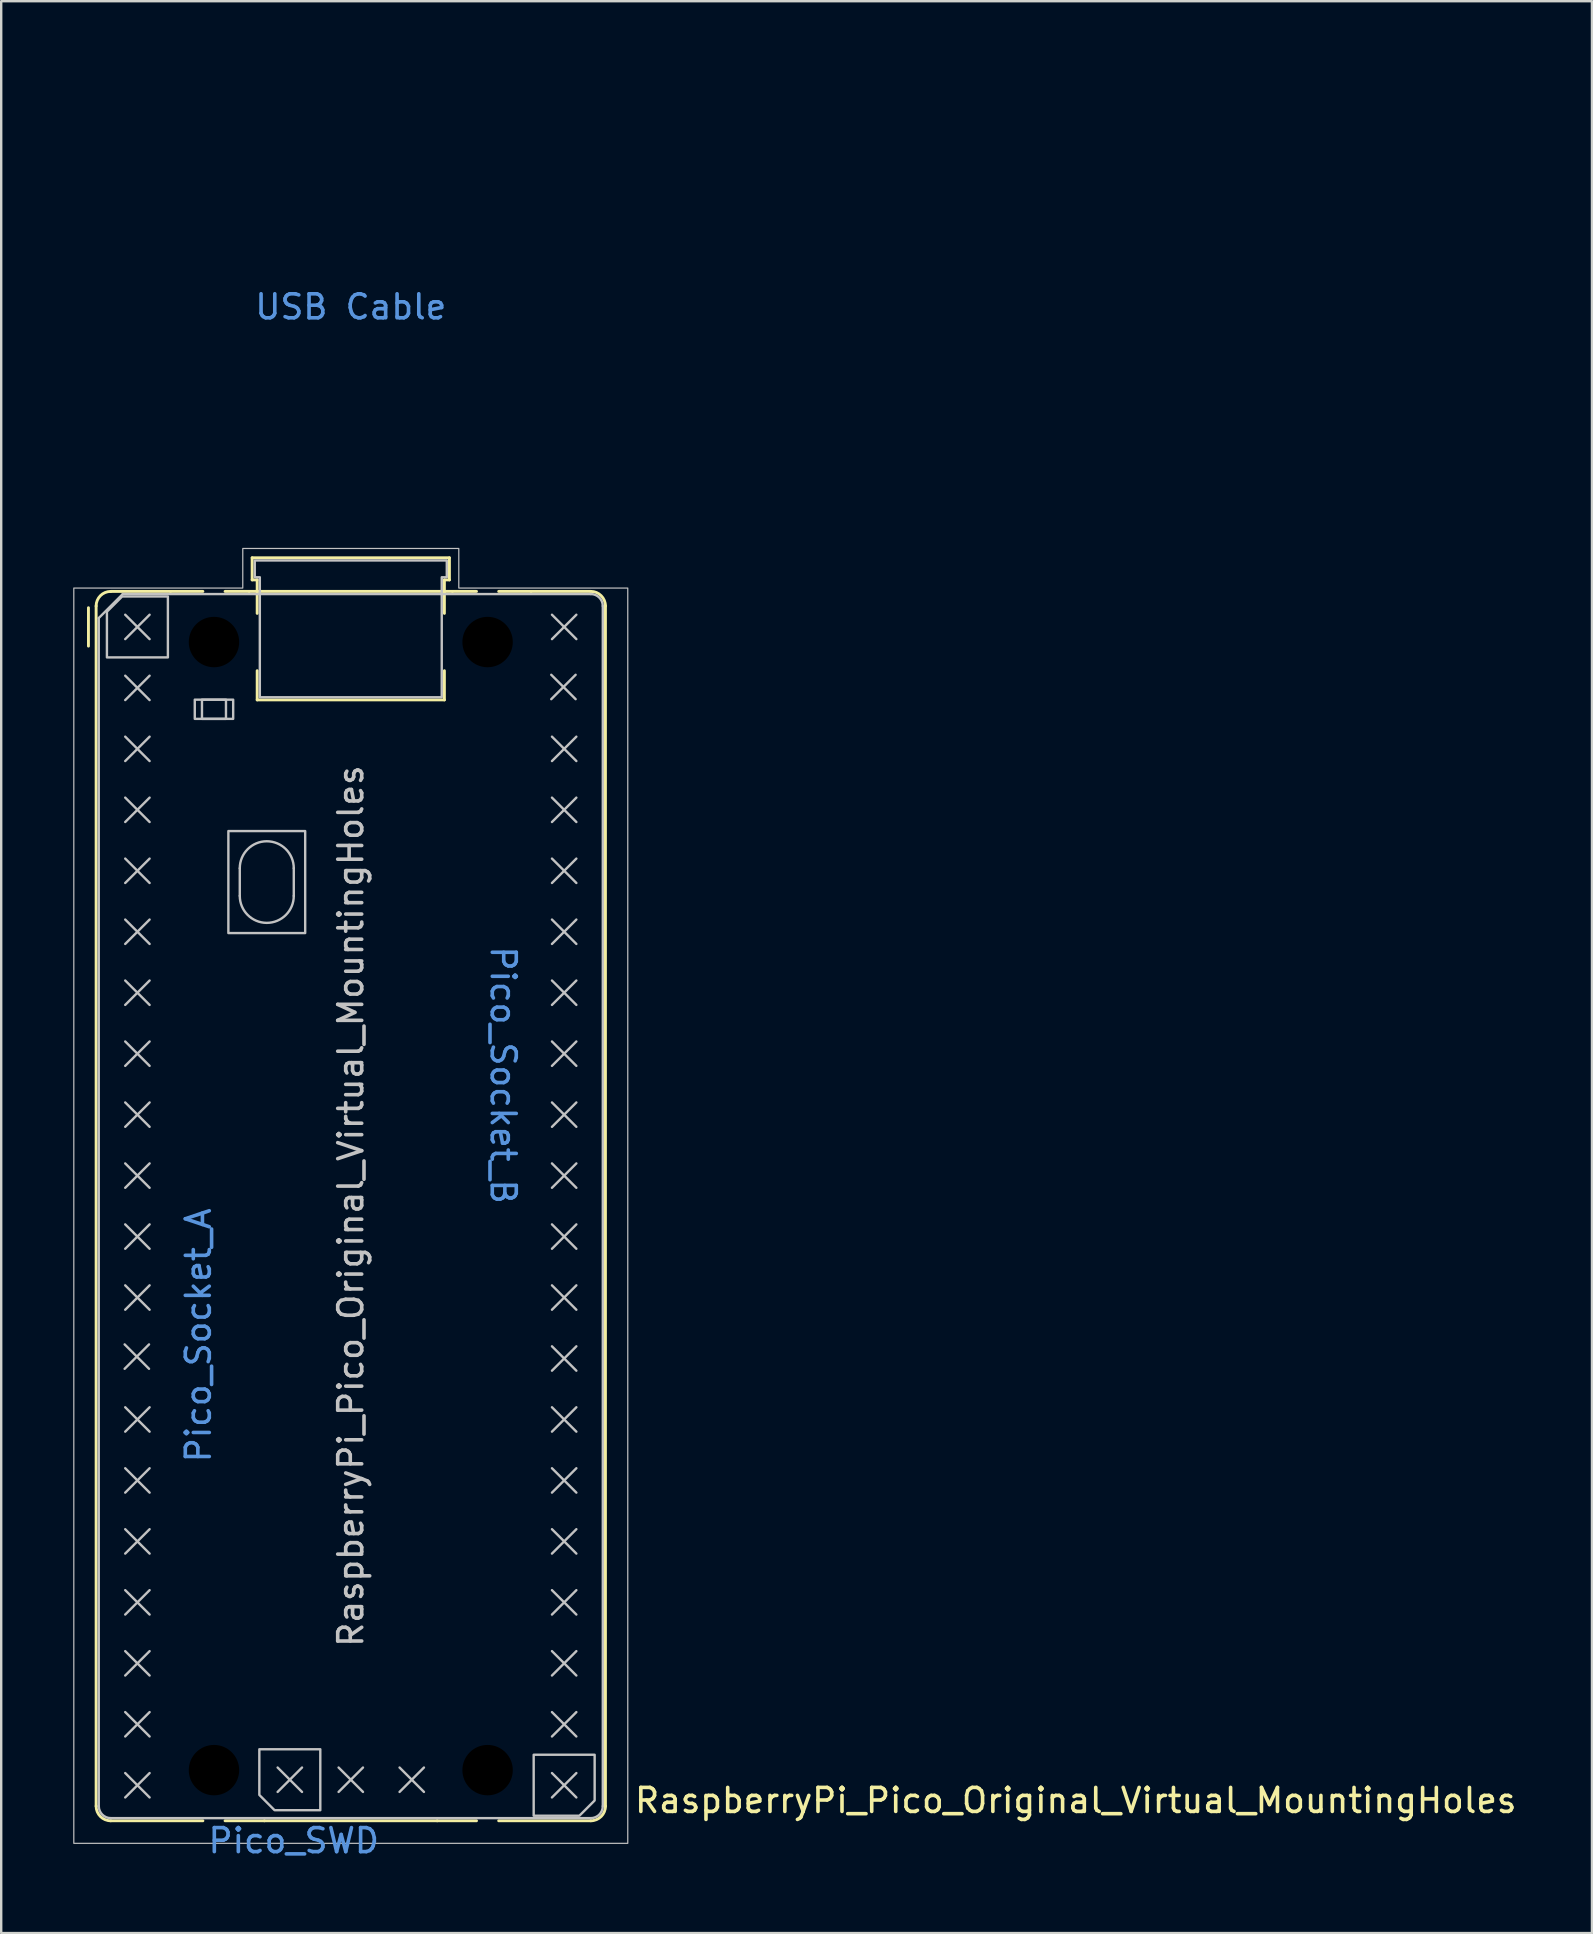
<source format=kicad_pcb>
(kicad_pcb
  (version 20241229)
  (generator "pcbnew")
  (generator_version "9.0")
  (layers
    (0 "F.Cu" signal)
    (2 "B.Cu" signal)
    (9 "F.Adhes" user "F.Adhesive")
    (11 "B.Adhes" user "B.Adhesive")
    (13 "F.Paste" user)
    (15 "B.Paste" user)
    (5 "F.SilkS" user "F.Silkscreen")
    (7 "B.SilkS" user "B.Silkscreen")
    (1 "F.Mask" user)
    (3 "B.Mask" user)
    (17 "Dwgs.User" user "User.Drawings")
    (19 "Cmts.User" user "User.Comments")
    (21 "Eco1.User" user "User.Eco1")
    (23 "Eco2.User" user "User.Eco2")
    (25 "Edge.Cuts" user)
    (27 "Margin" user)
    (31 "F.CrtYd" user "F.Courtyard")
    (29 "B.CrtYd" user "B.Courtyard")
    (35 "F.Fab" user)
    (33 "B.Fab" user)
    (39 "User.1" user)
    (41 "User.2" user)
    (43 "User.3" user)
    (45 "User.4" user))
  (footprint "RaspberryPi_Pico_Original_Virtual_MountingHoles"
    (layer "F.Cu")
    (at 11.565 47.2)
    (property "Reference" "RaspberryPi_Pico_Original_Virtual_MountingHoles" (at 11.748 24.765 0) (unlocked yes) (layer "F.SilkS") (effects (font (size 1 1) (thickness 0.15)) (justify left)))
    (attr exclude_from_pos_files allow_missing_courtyard)
    (fp_line (start -10.93 -23.33) (end -10.93 -24.93) (stroke (width 0.12) (type solid)) (layer "F.SilkS"))
    (fp_line (start -10.61 -25) (end -10.61 25) (stroke (width 0.12) (type solid)) (layer "F.SilkS"))
    (fp_line (start -10 -25.61) (end -7.51 -25.61) (stroke (width 0.12) (type solid)) (layer "F.SilkS"))
    (fp_line (start -10 25.61) (end -6.162 25.61) (stroke (width 0.12) (type solid)) (layer "F.SilkS"))
    (fp_line (start -7.51 -25.61) (end -6.162 -25.61) (stroke (width 0.12) (type solid)) (layer "F.SilkS"))
    (fp_line (start -5.238 -25.61) (end -4.235 -25.61) (stroke (width 0.12) (type solid)) (layer "F.SilkS"))
    (fp_line (start -4.235 -25.61) (end 4.235 -25.61) (stroke (width 0.12) (type solid)) (layer "F.SilkS"))
    (fp_line (start -4.11 -27.01) (end -4.11 -26.09) (stroke (width 0.12) (type solid)) (layer "F.SilkS"))
    (fp_line (start -4.11 -27.01) (end 4.11 -27.01) (stroke (width 0.12) (type solid)) (layer "F.SilkS"))
    (fp_line (start -4.11 -26.09) (end -3.9 -26.09) (stroke (width 0.12) (type solid)) (layer "F.SilkS"))
    (fp_line (start -3.9 -26.09) (end -3.9 -24.694) (stroke (width 0.12) (type solid)) (layer "F.SilkS"))
    (fp_line (start -3.9 -22.306) (end -3.9 -21.09) (stroke (width 0.12) (type solid)) (layer "F.SilkS"))
    (fp_line (start -3.6 25.61) (end -5.238 25.61) (stroke (width 0.12) (type solid)) (layer "F.SilkS"))
    (fp_line (start 3.6 25.61) (end -3.6 25.61) (stroke (width 0.12) (type solid)) (layer "F.SilkS"))
    (fp_line (start 3.9 -26.09) (end 3.9 -24.694) (stroke (width 0.12) (type solid)) (layer "F.SilkS"))
    (fp_line (start 3.9 -22.306) (end 3.9 -21.09) (stroke (width 0.12) (type solid)) (layer "F.SilkS"))
    (fp_line (start 3.9 -21.09) (end -3.9 -21.09) (stroke (width 0.12) (type solid)) (layer "F.SilkS"))
    (fp_line (start 4.11 -27.01) (end 4.11 -26.09) (stroke (width 0.12) (type solid)) (layer "F.SilkS"))
    (fp_line (start 4.11 -26.09) (end 3.9 -26.09) (stroke (width 0.12) (type solid)) (layer "F.SilkS"))
    (fp_line (start 4.235 -25.61) (end 5.238 -25.61) (stroke (width 0.12) (type solid)) (layer "F.SilkS"))
    (fp_line (start 5.238 25.61) (end 3.6 25.61) (stroke (width 0.12) (type solid)) (layer "F.SilkS"))
    (fp_line (start 6.162 -25.61) (end 7.51 -25.61) (stroke (width 0.12) (type solid)) (layer "F.SilkS"))
    (fp_line (start 6.162 25.61) (end 10 25.61) (stroke (width 0.12) (type solid)) (layer "F.SilkS"))
    (fp_line (start 7.51 -25.61) (end 10 -25.61) (stroke (width 0.12) (type solid)) (layer "F.SilkS"))
    (fp_line (start 10.61 -25) (end 10.61 25) (stroke (width 0.12) (type solid)) (layer "F.SilkS"))
    (fp_arc (start -10.61 -25) (mid -10.431335 -25.431335) (end -10 -25.61) (stroke (width 0.12) (type solid)) (layer "F.SilkS"))
    (fp_arc (start -10 25.61) (mid -10.431364 25.431364) (end -10.61 25) (stroke (width 0.12) (type solid)) (layer "F.SilkS"))
    (fp_arc (start 10 -25.61) (mid 10.431335 -25.431335) (end 10.61 -25) (stroke (width 0.12) (type solid)) (layer "F.SilkS"))
    (fp_arc (start 10.61 25) (mid 10.431335 25.431335) (end 10 25.61) (stroke (width 0.12) (type solid)) (layer "F.SilkS"))
    (fp_line (start -10.5 -24.5) (end -9.5 -25.5) (stroke (width 0.1) (type solid)) (layer "Dwgs.User"))
    (fp_line (start -10.5 25) (end -10.5 -24.5) (stroke (width 0.1) (type solid)) (layer "Dwgs.User"))
    (fp_line (start -9.5 -25.5) (end 10 -25.5) (stroke (width 0.1) (type solid)) (layer "Dwgs.User"))
    (fp_line (start -9.422 5.763) (end -8.406 6.779) (stroke (width 0.1) (type solid)) (layer "Dwgs.User"))
    (fp_line (start -9.398 -24.638) (end -8.382 -23.622) (stroke (width 0.1) (type solid)) (layer "Dwgs.User"))
    (fp_line (start -9.398 -22.098) (end -8.382 -21.082) (stroke (width 0.1) (type solid)) (layer "Dwgs.User"))
    (fp_line (start -9.398 -19.558) (end -8.382 -18.542) (stroke (width 0.1) (type solid)) (layer "Dwgs.User"))
    (fp_line (start -9.398 -17.018) (end -8.382 -16.002) (stroke (width 0.1) (type solid)) (layer "Dwgs.User"))
    (fp_line (start -9.398 -14.478) (end -8.382 -13.462) (stroke (width 0.1) (type solid)) (layer "Dwgs.User"))
    (fp_line (start -9.398 -11.938) (end -8.382 -10.922) (stroke (width 0.1) (type solid)) (layer "Dwgs.User"))
    (fp_line (start -9.398 -9.398) (end -8.382 -8.382) (stroke (width 0.1) (type solid)) (layer "Dwgs.User"))
    (fp_line (start -9.398 -6.858) (end -8.382 -5.842) (stroke (width 0.1) (type solid)) (layer "Dwgs.User"))
    (fp_line (start -9.398 -4.318) (end -8.382 -3.302) (stroke (width 0.1) (type solid)) (layer "Dwgs.User"))
    (fp_line (start -9.398 -1.778) (end -8.382 -0.762) (stroke (width 0.1) (type solid)) (layer "Dwgs.User"))
    (fp_line (start -9.398 0.762) (end -8.382 1.778) (stroke (width 0.1) (type solid)) (layer "Dwgs.User"))
    (fp_line (start -9.398 3.302) (end -8.382 4.318) (stroke (width 0.1) (type solid)) (layer "Dwgs.User"))
    (fp_line (start -9.398 8.382) (end -8.382 9.398) (stroke (width 0.1) (type solid)) (layer "Dwgs.User"))
    (fp_line (start -9.398 10.922) (end -8.382 11.938) (stroke (width 0.1) (type solid)) (layer "Dwgs.User"))
    (fp_line (start -9.398 13.462) (end -8.382 14.478) (stroke (width 0.1) (type solid)) (layer "Dwgs.User"))
    (fp_line (start -9.398 16.002) (end -8.382 17.018) (stroke (width 0.1) (type solid)) (layer "Dwgs.User"))
    (fp_line (start -9.398 18.542) (end -8.382 19.558) (stroke (width 0.1) (type solid)) (layer "Dwgs.User"))
    (fp_line (start -9.398 21.082) (end -8.382 22.098) (stroke (width 0.1) (type solid)) (layer "Dwgs.User"))
    (fp_line (start -9.398 23.622) (end -8.382 24.638) (stroke (width 0.1) (type solid)) (layer "Dwgs.User"))
    (fp_line (start -8.406 5.763) (end -9.422 6.779) (stroke (width 0.1) (type solid)) (layer "Dwgs.User"))
    (fp_line (start -8.382 -24.638) (end -9.398 -23.622) (stroke (width 0.1) (type solid)) (layer "Dwgs.User"))
    (fp_line (start -8.382 -22.098) (end -9.398 -21.082) (stroke (width 0.1) (type solid)) (layer "Dwgs.User"))
    (fp_line (start -8.382 -19.558) (end -9.398 -18.542) (stroke (width 0.1) (type solid)) (layer "Dwgs.User"))
    (fp_line (start -8.382 -17.018) (end -9.398 -16.002) (stroke (width 0.1) (type solid)) (layer "Dwgs.User"))
    (fp_line (start -8.382 -14.478) (end -9.398 -13.462) (stroke (width 0.1) (type solid)) (layer "Dwgs.User"))
    (fp_line (start -8.382 -11.938) (end -9.398 -10.922) (stroke (width 0.1) (type solid)) (layer "Dwgs.User"))
    (fp_line (start -8.382 -9.398) (end -9.398 -8.382) (stroke (width 0.1) (type solid)) (layer "Dwgs.User"))
    (fp_line (start -8.382 -6.858) (end -9.398 -5.842) (stroke (width 0.1) (type solid)) (layer "Dwgs.User"))
    (fp_line (start -8.382 -4.318) (end -9.398 -3.302) (stroke (width 0.1) (type solid)) (layer "Dwgs.User"))
    (fp_line (start -8.382 -1.778) (end -9.398 -0.762) (stroke (width 0.1) (type solid)) (layer "Dwgs.User"))
    (fp_line (start -8.382 0.762) (end -9.398 1.778) (stroke (width 0.1) (type solid)) (layer "Dwgs.User"))
    (fp_line (start -8.382 3.302) (end -9.398 4.318) (stroke (width 0.1) (type solid)) (layer "Dwgs.User"))
    (fp_line (start -8.382 8.382) (end -9.398 9.398) (stroke (width 0.1) (type solid)) (layer "Dwgs.User"))
    (fp_line (start -8.382 10.922) (end -9.398 11.938) (stroke (width 0.1) (type solid)) (layer "Dwgs.User"))
    (fp_line (start -8.382 13.462) (end -9.398 14.478) (stroke (width 0.1) (type solid)) (layer "Dwgs.User"))
    (fp_line (start -8.382 16.002) (end -9.398 17.018) (stroke (width 0.1) (type solid)) (layer "Dwgs.User"))
    (fp_line (start -8.382 18.542) (end -9.398 19.558) (stroke (width 0.1) (type solid)) (layer "Dwgs.User"))
    (fp_line (start -8.382 21.082) (end -9.398 22.098) (stroke (width 0.1) (type solid)) (layer "Dwgs.User"))
    (fp_line (start -8.382 23.622) (end -9.398 24.638) (stroke (width 0.1) (type solid)) (layer "Dwgs.User"))
    (fp_line (start -4.625 -14.075) (end -4.625 -12.925) (stroke (width 0.1) (type solid)) (layer "Dwgs.User"))
    (fp_line (start -3.048 23.392) (end -2.032 24.408) (stroke (width 0.1) (type solid)) (layer "Dwgs.User"))
    (fp_line (start -2.375 -14.075) (end -2.375 -12.925) (stroke (width 0.1) (type solid)) (layer "Dwgs.User"))
    (fp_line (start -2.032 23.392) (end -3.048 24.408) (stroke (width 0.1) (type solid)) (layer "Dwgs.User"))
    (fp_line (start -0.508 23.392) (end 0.508 24.408) (stroke (width 0.1) (type solid)) (layer "Dwgs.User"))
    (fp_line (start 0.508 23.392) (end -0.508 24.408) (stroke (width 0.1) (type solid)) (layer "Dwgs.User"))
    (fp_line (start 2.032 23.392) (end 3.048 24.408) (stroke (width 0.1) (type solid)) (layer "Dwgs.User"))
    (fp_line (start 3.048 23.392) (end 2.032 24.408) (stroke (width 0.1) (type solid)) (layer "Dwgs.User"))
    (fp_line (start 8.352 -22.136) (end 9.368 -21.12) (stroke (width 0.1) (type solid)) (layer "Dwgs.User"))
    (fp_line (start 8.382 -24.638) (end 9.398 -23.622) (stroke (width 0.1) (type solid)) (layer "Dwgs.User"))
    (fp_line (start 8.382 -19.558) (end 9.398 -18.542) (stroke (width 0.1) (type solid)) (layer "Dwgs.User"))
    (fp_line (start 8.382 -17.018) (end 9.398 -16.002) (stroke (width 0.1) (type solid)) (layer "Dwgs.User"))
    (fp_line (start 8.382 -14.478) (end 9.398 -13.462) (stroke (width 0.1) (type solid)) (layer "Dwgs.User"))
    (fp_line (start 8.382 -11.938) (end 9.398 -10.922) (stroke (width 0.1) (type solid)) (layer "Dwgs.User"))
    (fp_line (start 8.382 -9.398) (end 9.398 -8.382) (stroke (width 0.1) (type solid)) (layer "Dwgs.User"))
    (fp_line (start 8.382 -6.858) (end 9.398 -5.842) (stroke (width 0.1) (type solid)) (layer "Dwgs.User"))
    (fp_line (start 8.382 -4.318) (end 9.398 -3.302) (stroke (width 0.1) (type solid)) (layer "Dwgs.User"))
    (fp_line (start 8.382 -1.778) (end 9.398 -0.762) (stroke (width 0.1) (type solid)) (layer "Dwgs.User"))
    (fp_line (start 8.382 0.762) (end 9.398 1.778) (stroke (width 0.1) (type solid)) (layer "Dwgs.User"))
    (fp_line (start 8.382 3.302) (end 9.398 4.318) (stroke (width 0.1) (type solid)) (layer "Dwgs.User"))
    (fp_line (start 8.382 5.842) (end 9.398 6.858) (stroke (width 0.1) (type solid)) (layer "Dwgs.User"))
    (fp_line (start 8.382 8.382) (end 9.398 9.398) (stroke (width 0.1) (type solid)) (layer "Dwgs.User"))
    (fp_line (start 8.382 10.922) (end 9.398 11.938) (stroke (width 0.1) (type solid)) (layer "Dwgs.User"))
    (fp_line (start 8.382 13.462) (end 9.398 14.478) (stroke (width 0.1) (type solid)) (layer "Dwgs.User"))
    (fp_line (start 8.382 16.002) (end 9.398 17.018) (stroke (width 0.1) (type solid)) (layer "Dwgs.User"))
    (fp_line (start 8.382 18.542) (end 9.398 19.558) (stroke (width 0.1) (type solid)) (layer "Dwgs.User"))
    (fp_line (start 8.382 21.082) (end 9.398 22.098) (stroke (width 0.1) (type solid)) (layer "Dwgs.User"))
    (fp_line (start 8.382 23.622) (end 9.398 24.638) (stroke (width 0.1) (type solid)) (layer "Dwgs.User"))
    (fp_line (start 9.368 -22.136) (end 8.352 -21.12) (stroke (width 0.1) (type solid)) (layer "Dwgs.User"))
    (fp_line (start 9.398 -24.638) (end 8.382 -23.622) (stroke (width 0.1) (type solid)) (layer "Dwgs.User"))
    (fp_line (start 9.398 -19.558) (end 8.382 -18.542) (stroke (width 0.1) (type solid)) (layer "Dwgs.User"))
    (fp_line (start 9.398 -17.018) (end 8.382 -16.002) (stroke (width 0.1) (type solid)) (layer "Dwgs.User"))
    (fp_line (start 9.398 -14.478) (end 8.382 -13.462) (stroke (width 0.1) (type solid)) (layer "Dwgs.User"))
    (fp_line (start 9.398 -11.938) (end 8.382 -10.922) (stroke (width 0.1) (type solid)) (layer "Dwgs.User"))
    (fp_line (start 9.398 -9.398) (end 8.382 -8.382) (stroke (width 0.1) (type solid)) (layer "Dwgs.User"))
    (fp_line (start 9.398 -6.858) (end 8.382 -5.842) (stroke (width 0.1) (type solid)) (layer "Dwgs.User"))
    (fp_line (start 9.398 -4.318) (end 8.382 -3.302) (stroke (width 0.1) (type solid)) (layer "Dwgs.User"))
    (fp_line (start 9.398 -1.778) (end 8.382 -0.762) (stroke (width 0.1) (type solid)) (layer "Dwgs.User"))
    (fp_line (start 9.398 0.762) (end 8.382 1.778) (stroke (width 0.1) (type solid)) (layer "Dwgs.User"))
    (fp_line (start 9.398 3.302) (end 8.382 4.318) (stroke (width 0.1) (type solid)) (layer "Dwgs.User"))
    (fp_line (start 9.398 5.842) (end 8.382 6.858) (stroke (width 0.1) (type solid)) (layer "Dwgs.User"))
    (fp_line (start 9.398 8.382) (end 8.382 9.398) (stroke (width 0.1) (type solid)) (layer "Dwgs.User"))
    (fp_line (start 9.398 10.922) (end 8.382 11.938) (stroke (width 0.1) (type solid)) (layer "Dwgs.User"))
    (fp_line (start 9.398 13.462) (end 8.382 14.478) (stroke (width 0.1) (type solid)) (layer "Dwgs.User"))
    (fp_line (start 9.398 16.002) (end 8.382 17.018) (stroke (width 0.1) (type solid)) (layer "Dwgs.User"))
    (fp_line (start 9.398 18.542) (end 8.382 19.558) (stroke (width 0.1) (type solid)) (layer "Dwgs.User"))
    (fp_line (start 9.398 21.082) (end 8.382 22.098) (stroke (width 0.1) (type solid)) (layer "Dwgs.User"))
    (fp_line (start 9.398 23.622) (end 8.382 24.638) (stroke (width 0.1) (type solid)) (layer "Dwgs.User"))
    (fp_line (start 10 25.5) (end -10 25.5) (stroke (width 0.1) (type solid)) (layer "Dwgs.User"))
    (fp_line (start 10.5 -25) (end 10.5 25) (stroke (width 0.1) (type solid)) (layer "Dwgs.User"))
    (fp_rect (start -6.5 -21.1) (end -4.9 -20.3) (stroke (width 0.1) (type solid)) (fill no) (layer "Dwgs.User"))
    (fp_rect (start -6.2 -21.1) (end -5.2 -20.3) (stroke (width 0.1) (type solid)) (fill no) (layer "Dwgs.User"))
    (fp_rect (start -5.1 -15.625) (end -1.9 -11.375) (stroke (width 0.1) (type solid)) (fill no) (layer "Dwgs.User"))
    (fp_arc (start -10 25.5) (mid -10.353553 25.353553) (end -10.5 25) (stroke (width 0.1) (type solid)) (layer "Dwgs.User"))
    (fp_arc (start -4.625 -14.075) (mid -3.5 -15.2) (end -2.375 -14.075) (stroke (width 0.1) (type solid)) (layer "Dwgs.User"))
    (fp_arc (start -2.375 -12.925) (mid -3.5 -11.8) (end -4.625 -12.925) (stroke (width 0.1) (type solid)) (layer "Dwgs.User"))
    (fp_arc (start 10 -25.5) (mid 10.353553 -25.353553) (end 10.5 -25) (stroke (width 0.1) (type solid)) (layer "Dwgs.User"))
    (fp_arc (start 10.5 25) (mid 10.353553 25.353553) (end 10 25.5) (stroke (width 0.1) (type solid)) (layer "Dwgs.User"))
    (fp_poly (pts (xy -10.16 -24.765) (xy -10.16 -22.86) (xy -7.62 -22.86) (xy -7.62 -25.4) (xy -9.525 -25.4)) (stroke (width 0.1) (type solid)) (fill no) (layer "Dwgs.User"))
    (fp_poly (pts (xy -3.175 25.17) (xy -1.27 25.17) (xy -1.27 22.63) (xy -3.81 22.63) (xy -3.81 24.535)) (stroke (width 0.1) (type solid)) (fill no) (layer "Dwgs.User"))
    (fp_poly (pts (xy 10.16 24.765) (xy 10.16 22.86) (xy 7.62 22.86) (xy 7.62 25.4) (xy 9.525 25.4)) (stroke (width 0.1) (type solid)) (fill no) (layer "Dwgs.User"))
    (fp_poly (pts (xy -4.5 -27.4) (xy 4.5 -27.4) (xy 4.5 -25.75) (xy 11.54 -25.75) (xy 11.54 26.55) (xy -11.54 26.55) (xy -11.54 -25.75) (xy -4.5 -25.75)) (stroke (width 0.05) (type solid)) (fill no) (layer "Dwgs.User"))
    (fp_poly (pts (xy 3.79 -21.2) (xy 3.79 -26.2) (xy 4 -26.2) (xy 4 -26.9) (xy -4 -26.9) (xy -4 -26.2) (xy -3.79 -26.2) (xy -3.79 -21.2)) (stroke (width 0.1) (type solid)) (fill no) (layer "Dwgs.User"))
    (fp_text user "${REFERENCE}" (at 0 0 90) (layer "Dwgs.User") (effects (font (size 1 1) (thickness 0.15))))
    (fp_text user "Pico_Socket_B" (at 6.35 0 270) (unlocked yes) (layer "Cmts.User") (effects (font (size 1 1) (thickness 0.15)) (justify right)))
    (fp_text user "Pico_SWD" (at 1.27 26.44 0) (unlocked yes) (layer "Cmts.User") (effects (font (size 1 1) (thickness 0.15)) (justify right)))
    (fp_text user "USB Cable" (at 0 -37.465 0) (unlocked yes) (layer "Cmts.User") (effects (font (size 1 1) (thickness 0.15))))
    (fp_text user "Pico_Socket_A" (at -6.35 0 90) (unlocked yes) (layer "Cmts.User") (effects (font (size 1 1) (thickness 0.15)) (justify right)))
    (pad "" np_thru_hole circle (at -5.7 -23.5) (size 3.8 3.8) (drill 2.1) (layers "*.Mask"))
    (pad "" np_thru_hole circle (at -5.7 23.5) (size 3.8 3.8) (drill 2.1) (layers "*.Mask"))
    (pad "" np_thru_hole circle (at 5.7 -23.5) (size 3.8 3.8) (drill 2.1) (layers "*.Mask"))
    (pad "" np_thru_hole circle (at 5.7 23.5) (size 3.8 3.8) (drill 2.1) (layers "*.Mask"))
    (zone (net_name "") (layer "F.CrtYd") (name "USB Cable") (hatch edge 0.5) (connect_pads) (min_thickness 0.254) (filled_areas_thickness no) (keepout (tracks allowed) (vias allowed) (pads allowed) (copperpour allowed) (footprints allowed)) (placement (enabled no)) (fill) (polygon (pts (xy 5.815 19.5) (xy 7.625 19.5) (xy 7.625 19.8) (xy 15.505 19.8) (xy 15.505 19.5) (xy 17.315 19.5) (xy 17.315 0) (xy 5.815 0)))))
  (gr_rect
    (start -3 -3)
    (end 63.277 77.488)
    (stroke (width 0.1) (type default))
    (fill no)
    (layer "Edge.Cuts")))
</source>
